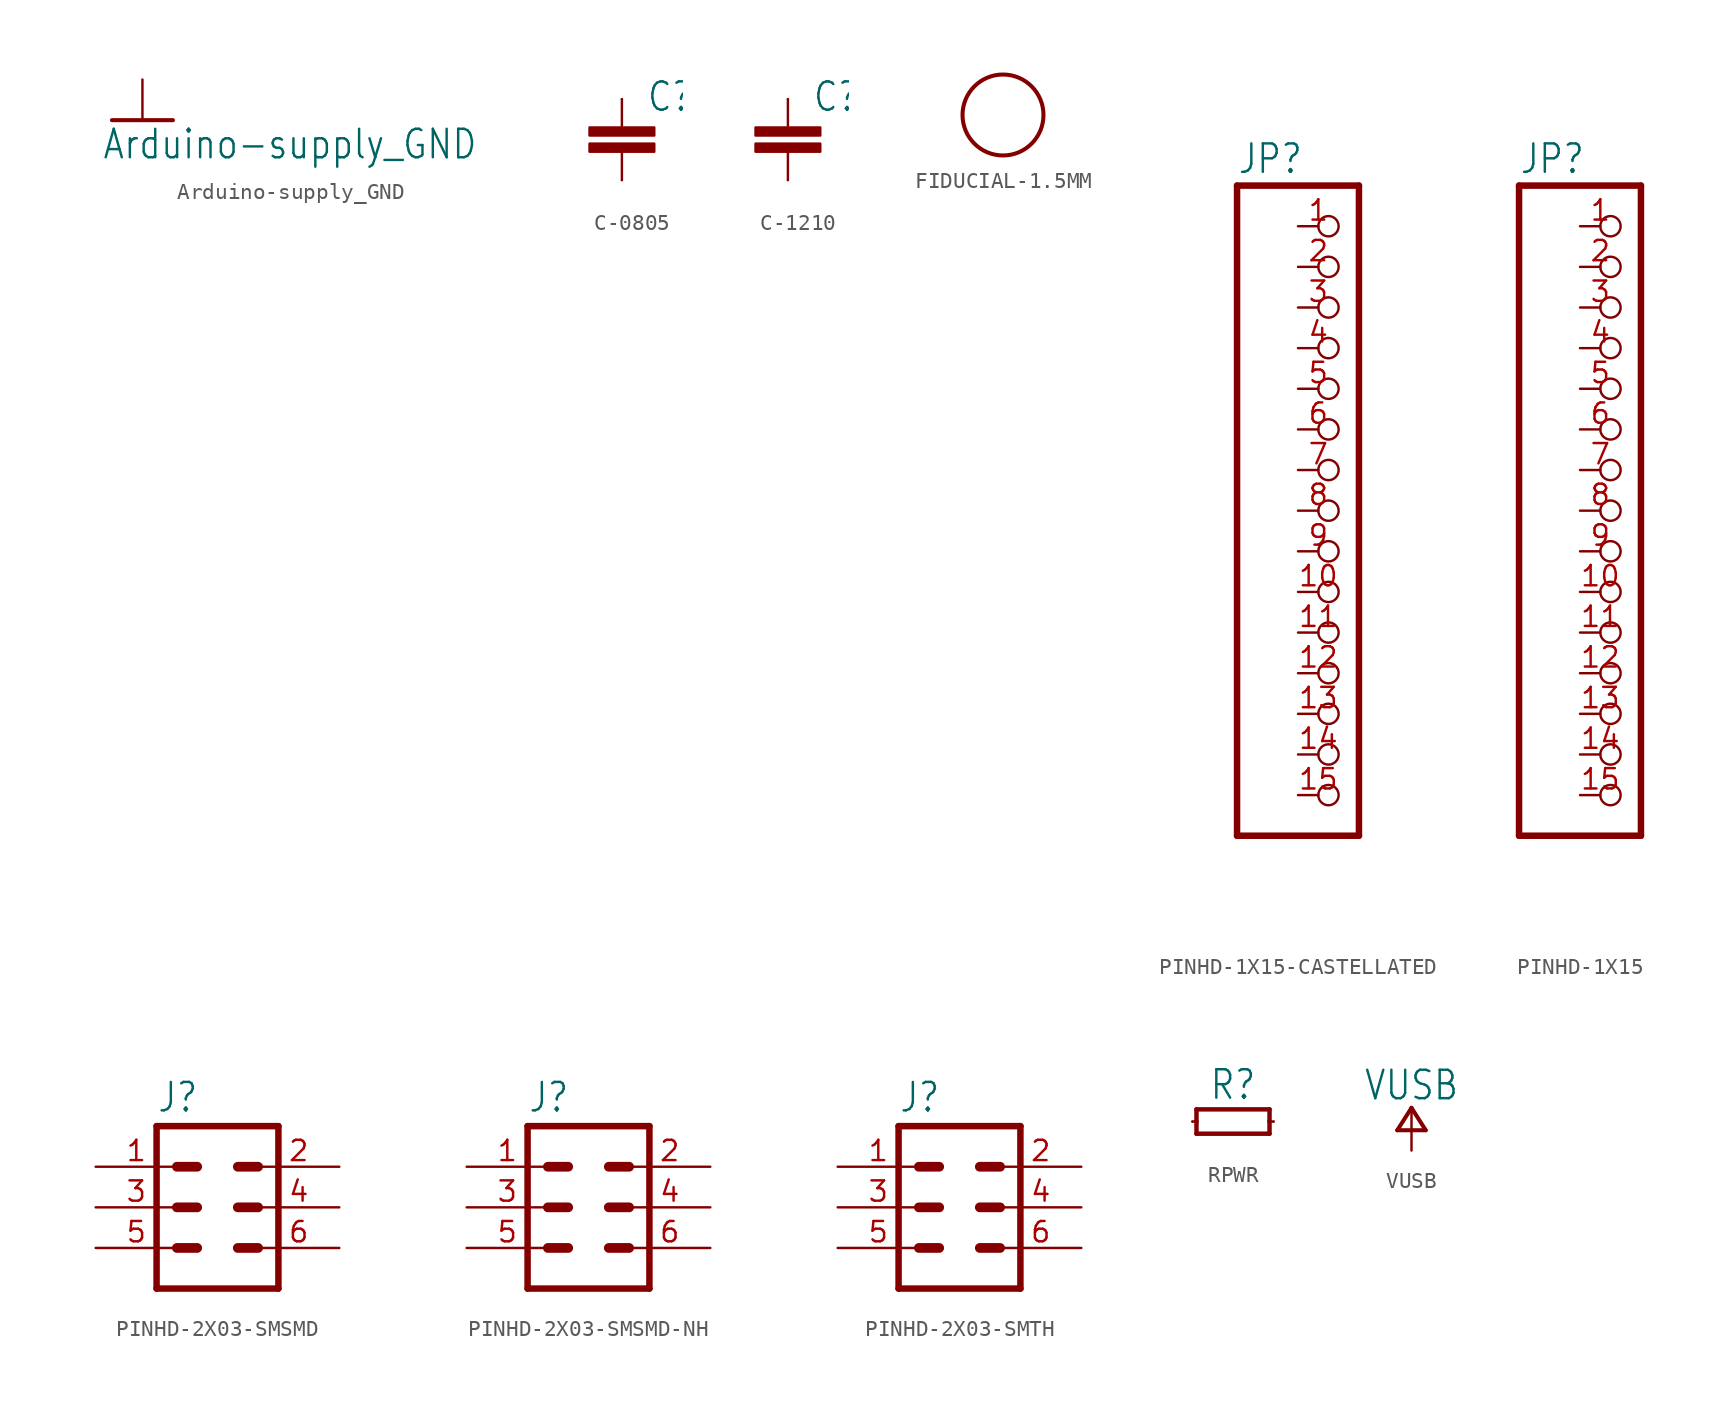
<source format=kicad_sym>
(kicad_symbol_lib
  (version 20220914)
  (generator kicad_symbol_editor)
  (symbol "Arduino-supply_GND"
    (power)
    (property "Reference" "#GND"
      (at 0 0 0)
      (effects (font (size 1.27 1.27)) hide))
    (property "Value" "Arduino-supply_GND"
      (at -2.54 -2.54 0)
      (effects (font (size 1.778 1.511)) (justify left bottom)))
    (property "ki_locked" ""
      (at 0 0 0)
      (effects (font (size 1.27 1.27))))
    (symbol "Arduino-supply_GND_1_0"
      (polyline (pts (xy -1.905 0) (xy 1.905 0)) (stroke (width 0.254) (type solid)) (fill (type none)))
      (pin power_in line (at 0 2.54 270) (length 2.54) (name "GND" (effects (font (size 0 0)))) (number "1" (effects (font (size 0 0)))))))
  (symbol "C-0805"
    (property "Reference" "C"
      (at 1.524 1.651 0)
      (effects (font (size 1.778 1.511)) (justify left bottom)))
    (property "Value" ""
      (at 1.524 -3.429 0)
      (effects (font (size 1.778 1.511)) (justify left bottom)))
    (property "ki_locked" ""
      (at 0 0 0)
      (effects (font (size 1.27 1.27))))
    (symbol "C-0805_1_0"
      (rectangle (start -2.032 -0.762) (end 2.032 -0.254) (stroke (width 0) (type default)) (fill (type outline)))
      (rectangle (start -2.032 0.254) (end 2.032 0.762) (stroke (width 0) (type default)) (fill (type outline)))
      (polyline (pts (xy 0 -2.54) (xy 0 -0.762)) (stroke (width 0.152) (type solid)) (fill (type none)))
      (polyline (pts (xy 0 2.54) (xy 0 0.762)) (stroke (width 0.152) (type solid)) (fill (type none)))
      (pin passive line (at 0 2.54 270) (length 0) (name "1" (effects (font (size 0 0)))) (number "1" (effects (font (size 0 0)))))
      (pin passive line (at 0 -2.54 90) (length 0) (name "2" (effects (font (size 0 0)))) (number "2" (effects (font (size 0 0)))))))
  (symbol "C-1210"
    (property "Reference" "C"
      (at 1.524 1.651 0)
      (effects (font (size 1.778 1.511)) (justify left bottom)))
    (property "Value" ""
      (at 1.524 -3.429 0)
      (effects (font (size 1.778 1.511)) (justify left bottom)))
    (property "ki_locked" ""
      (at 0 0 0)
      (effects (font (size 1.27 1.27))))
    (symbol "C-1210_1_0"
      (rectangle (start -2.032 -0.762) (end 2.032 -0.254) (stroke (width 0) (type default)) (fill (type outline)))
      (rectangle (start -2.032 0.254) (end 2.032 0.762) (stroke (width 0) (type default)) (fill (type outline)))
      (polyline (pts (xy 0 -2.54) (xy 0 -0.762)) (stroke (width 0.152) (type solid)) (fill (type none)))
      (polyline (pts (xy 0 2.54) (xy 0 0.762)) (stroke (width 0.152) (type solid)) (fill (type none)))
      (pin passive line (at 0 2.54 270) (length 0) (name "1" (effects (font (size 0 0)))) (number "1" (effects (font (size 0 0)))))
      (pin passive line (at 0 -2.54 90) (length 0) (name "2" (effects (font (size 0 0)))) (number "2" (effects (font (size 0 0)))))))
  (symbol "FIDUCIAL-1.5MM"
    (property "Reference" "FD"
      (at 0 0 0)
      (effects (font (size 1.27 1.27)) hide))
    (property "ki_locked" ""
      (at 0 0 0)
      (effects (font (size 1.27 1.27))))
    (symbol "FIDUCIAL-1.5MM_1_0"
      (circle (center 0 0) (radius 2.54) (stroke (width 0.254) (type solid)) (fill (type none)))))
  (symbol "PINHD-1X15-CASTELLATED"
    (property "Reference" "JP"
      (at -6.35 20.955 0)
      (effects (font (size 1.778 1.511)) (justify left bottom)))
    (property "Value" ""
      (at -6.35 -22.86 0)
      (effects (font (size 1.778 1.511)) (justify left bottom)))
    (property "ki_locked" ""
      (at 0 0 0)
      (effects (font (size 1.27 1.27))))
    (symbol "PINHD-1X15-CASTELLATED_1_0"
      (polyline (pts (xy -6.35 -20.32) (xy 1.27 -20.32)) (stroke (width 0.406) (type solid)) (fill (type none)))
      (polyline (pts (xy -6.35 20.32) (xy -6.35 -20.32)) (stroke (width 0.406) (type solid)) (fill (type none)))
      (polyline (pts (xy 1.27 -20.32) (xy 1.27 20.32)) (stroke (width 0.406) (type solid)) (fill (type none)))
      (polyline (pts (xy 1.27 20.32) (xy -6.35 20.32)) (stroke (width 0.406) (type solid)) (fill (type none)))
      (pin passive inverted (at -2.54 17.78 0) (length 2.54) (name "1" (effects (font (size 0 0)))) (number "1" (effects (font (size 1.27 1.27)))))
      (pin passive inverted (at -2.54 -5.08 0) (length 2.54) (name "10" (effects (font (size 0 0)))) (number "10" (effects (font (size 1.27 1.27)))))
      (pin passive inverted (at -2.54 -7.62 0) (length 2.54) (name "11" (effects (font (size 0 0)))) (number "11" (effects (font (size 1.27 1.27)))))
      (pin passive inverted (at -2.54 -10.16 0) (length 2.54) (name "12" (effects (font (size 0 0)))) (number "12" (effects (font (size 1.27 1.27)))))
      (pin passive inverted (at -2.54 -12.7 0) (length 2.54) (name "13" (effects (font (size 0 0)))) (number "13" (effects (font (size 1.27 1.27)))))
      (pin passive inverted (at -2.54 -15.24 0) (length 2.54) (name "14" (effects (font (size 0 0)))) (number "14" (effects (font (size 1.27 1.27)))))
      (pin passive inverted (at -2.54 -17.78 0) (length 2.54) (name "15" (effects (font (size 0 0)))) (number "15" (effects (font (size 1.27 1.27)))))
      (pin passive inverted (at -2.54 15.24 0) (length 2.54) (name "2" (effects (font (size 0 0)))) (number "2" (effects (font (size 1.27 1.27)))))
      (pin passive inverted (at -2.54 12.7 0) (length 2.54) (name "3" (effects (font (size 0 0)))) (number "3" (effects (font (size 1.27 1.27)))))
      (pin passive inverted (at -2.54 10.16 0) (length 2.54) (name "4" (effects (font (size 0 0)))) (number "4" (effects (font (size 1.27 1.27)))))
      (pin passive inverted (at -2.54 7.62 0) (length 2.54) (name "5" (effects (font (size 0 0)))) (number "5" (effects (font (size 1.27 1.27)))))
      (pin passive inverted (at -2.54 5.08 0) (length 2.54) (name "6" (effects (font (size 0 0)))) (number "6" (effects (font (size 1.27 1.27)))))
      (pin passive inverted (at -2.54 2.54 0) (length 2.54) (name "7" (effects (font (size 0 0)))) (number "7" (effects (font (size 1.27 1.27)))))
      (pin passive inverted (at -2.54 0 0) (length 2.54) (name "8" (effects (font (size 0 0)))) (number "8" (effects (font (size 1.27 1.27)))))
      (pin passive inverted (at -2.54 -2.54 0) (length 2.54) (name "9" (effects (font (size 0 0)))) (number "9" (effects (font (size 1.27 1.27)))))))
  (symbol "PINHD-1X15"
    (property "Reference" "JP"
      (at -6.35 20.955 0)
      (effects (font (size 1.778 1.511)) (justify left bottom)))
    (property "Value" ""
      (at -6.35 -22.86 0)
      (effects (font (size 1.778 1.511)) (justify left bottom)))
    (property "ki_locked" ""
      (at 0 0 0)
      (effects (font (size 1.27 1.27))))
    (symbol "PINHD-1X15_1_0"
      (polyline (pts (xy -6.35 -20.32) (xy 1.27 -20.32)) (stroke (width 0.406) (type solid)) (fill (type none)))
      (polyline (pts (xy -6.35 20.32) (xy -6.35 -20.32)) (stroke (width 0.406) (type solid)) (fill (type none)))
      (polyline (pts (xy 1.27 -20.32) (xy 1.27 20.32)) (stroke (width 0.406) (type solid)) (fill (type none)))
      (polyline (pts (xy 1.27 20.32) (xy -6.35 20.32)) (stroke (width 0.406) (type solid)) (fill (type none)))
      (pin passive inverted (at -2.54 17.78 0) (length 2.54) (name "1" (effects (font (size 0 0)))) (number "1" (effects (font (size 1.27 1.27)))))
      (pin passive inverted (at -2.54 -5.08 0) (length 2.54) (name "10" (effects (font (size 0 0)))) (number "10" (effects (font (size 1.27 1.27)))))
      (pin passive inverted (at -2.54 -7.62 0) (length 2.54) (name "11" (effects (font (size 0 0)))) (number "11" (effects (font (size 1.27 1.27)))))
      (pin passive inverted (at -2.54 -10.16 0) (length 2.54) (name "12" (effects (font (size 0 0)))) (number "12" (effects (font (size 1.27 1.27)))))
      (pin passive inverted (at -2.54 -12.7 0) (length 2.54) (name "13" (effects (font (size 0 0)))) (number "13" (effects (font (size 1.27 1.27)))))
      (pin passive inverted (at -2.54 -15.24 0) (length 2.54) (name "14" (effects (font (size 0 0)))) (number "14" (effects (font (size 1.27 1.27)))))
      (pin passive inverted (at -2.54 -17.78 0) (length 2.54) (name "15" (effects (font (size 0 0)))) (number "15" (effects (font (size 1.27 1.27)))))
      (pin passive inverted (at -2.54 15.24 0) (length 2.54) (name "2" (effects (font (size 0 0)))) (number "2" (effects (font (size 1.27 1.27)))))
      (pin passive inverted (at -2.54 12.7 0) (length 2.54) (name "3" (effects (font (size 0 0)))) (number "3" (effects (font (size 1.27 1.27)))))
      (pin passive inverted (at -2.54 10.16 0) (length 2.54) (name "4" (effects (font (size 0 0)))) (number "4" (effects (font (size 1.27 1.27)))))
      (pin passive inverted (at -2.54 7.62 0) (length 2.54) (name "5" (effects (font (size 0 0)))) (number "5" (effects (font (size 1.27 1.27)))))
      (pin passive inverted (at -2.54 5.08 0) (length 2.54) (name "6" (effects (font (size 0 0)))) (number "6" (effects (font (size 1.27 1.27)))))
      (pin passive inverted (at -2.54 2.54 0) (length 2.54) (name "7" (effects (font (size 0 0)))) (number "7" (effects (font (size 1.27 1.27)))))
      (pin passive inverted (at -2.54 0 0) (length 2.54) (name "8" (effects (font (size 0 0)))) (number "8" (effects (font (size 1.27 1.27)))))
      (pin passive inverted (at -2.54 -2.54 0) (length 2.54) (name "9" (effects (font (size 0 0)))) (number "9" (effects (font (size 1.27 1.27)))))))
  (symbol "PINHD-2X03-SMSMD"
    (property "Reference" "J"
      (at -3.81 5.842 0)
      (effects (font (size 1.778 1.511)) (justify left bottom)))
    (property "ki_locked" ""
      (at 0 0 0)
      (effects (font (size 1.27 1.27))))
    (symbol "PINHD-2X03-SMSMD_1_0"
      (polyline (pts (xy -3.81 5.08) (xy -3.81 -5.08)) (stroke (width 0.406) (type solid)) (fill (type none)))
      (polyline (pts (xy -3.81 5.08) (xy 3.81 5.08)) (stroke (width 0.406) (type solid)) (fill (type none)))
      (polyline (pts (xy -2.54 -2.54) (xy -1.27 -2.54)) (stroke (width 0.61) (type solid)) (fill (type none)))
      (polyline (pts (xy -2.54 0) (xy -1.27 0)) (stroke (width 0.61) (type solid)) (fill (type none)))
      (polyline (pts (xy -2.54 2.54) (xy -1.27 2.54)) (stroke (width 0.61) (type solid)) (fill (type none)))
      (polyline (pts (xy 1.27 -2.54) (xy 2.54 -2.54)) (stroke (width 0.61) (type solid)) (fill (type none)))
      (polyline (pts (xy 1.27 0) (xy 2.54 0)) (stroke (width 0.61) (type solid)) (fill (type none)))
      (polyline (pts (xy 1.27 2.54) (xy 2.54 2.54)) (stroke (width 0.61) (type solid)) (fill (type none)))
      (polyline (pts (xy 3.81 -5.08) (xy -3.81 -5.08)) (stroke (width 0.406) (type solid)) (fill (type none)))
      (polyline (pts (xy 3.81 -5.08) (xy 3.81 5.08)) (stroke (width 0.406) (type solid)) (fill (type none)))
      (pin passive line (at -7.62 2.54 0) (length 5.08) (name "1" (effects (font (size 0 0)))) (number "1" (effects (font (size 1.27 1.27)))))
      (pin passive line (at 7.62 2.54 180) (length 5.08) (name "2" (effects (font (size 0 0)))) (number "2" (effects (font (size 1.27 1.27)))))
      (pin passive line (at -7.62 0 0) (length 5.08) (name "3" (effects (font (size 0 0)))) (number "3" (effects (font (size 1.27 1.27)))))
      (pin passive line (at 7.62 0 180) (length 5.08) (name "4" (effects (font (size 0 0)))) (number "4" (effects (font (size 1.27 1.27)))))
      (pin passive line (at -7.62 -2.54 0) (length 5.08) (name "5" (effects (font (size 0 0)))) (number "5" (effects (font (size 1.27 1.27)))))
      (pin passive line (at 7.62 -2.54 180) (length 5.08) (name "6" (effects (font (size 0 0)))) (number "6" (effects (font (size 1.27 1.27)))))))
  (symbol "PINHD-2X03-SMSMD-NH"
    (property "Reference" "J"
      (at -3.81 5.842 0)
      (effects (font (size 1.778 1.511)) (justify left bottom)))
    (property "ki_locked" ""
      (at 0 0 0)
      (effects (font (size 1.27 1.27))))
    (symbol "PINHD-2X03-SMSMD-NH_1_0"
      (polyline (pts (xy -3.81 5.08) (xy -3.81 -5.08)) (stroke (width 0.406) (type solid)) (fill (type none)))
      (polyline (pts (xy -3.81 5.08) (xy 3.81 5.08)) (stroke (width 0.406) (type solid)) (fill (type none)))
      (polyline (pts (xy -2.54 -2.54) (xy -1.27 -2.54)) (stroke (width 0.61) (type solid)) (fill (type none)))
      (polyline (pts (xy -2.54 0) (xy -1.27 0)) (stroke (width 0.61) (type solid)) (fill (type none)))
      (polyline (pts (xy -2.54 2.54) (xy -1.27 2.54)) (stroke (width 0.61) (type solid)) (fill (type none)))
      (polyline (pts (xy 1.27 -2.54) (xy 2.54 -2.54)) (stroke (width 0.61) (type solid)) (fill (type none)))
      (polyline (pts (xy 1.27 0) (xy 2.54 0)) (stroke (width 0.61) (type solid)) (fill (type none)))
      (polyline (pts (xy 1.27 2.54) (xy 2.54 2.54)) (stroke (width 0.61) (type solid)) (fill (type none)))
      (polyline (pts (xy 3.81 -5.08) (xy -3.81 -5.08)) (stroke (width 0.406) (type solid)) (fill (type none)))
      (polyline (pts (xy 3.81 -5.08) (xy 3.81 5.08)) (stroke (width 0.406) (type solid)) (fill (type none)))
      (pin passive line (at -7.62 2.54 0) (length 5.08) (name "1" (effects (font (size 0 0)))) (number "1" (effects (font (size 1.27 1.27)))))
      (pin passive line (at 7.62 2.54 180) (length 5.08) (name "2" (effects (font (size 0 0)))) (number "2" (effects (font (size 1.27 1.27)))))
      (pin passive line (at -7.62 0 0) (length 5.08) (name "3" (effects (font (size 0 0)))) (number "3" (effects (font (size 1.27 1.27)))))
      (pin passive line (at 7.62 0 180) (length 5.08) (name "4" (effects (font (size 0 0)))) (number "4" (effects (font (size 1.27 1.27)))))
      (pin passive line (at -7.62 -2.54 0) (length 5.08) (name "5" (effects (font (size 0 0)))) (number "5" (effects (font (size 1.27 1.27)))))
      (pin passive line (at 7.62 -2.54 180) (length 5.08) (name "6" (effects (font (size 0 0)))) (number "6" (effects (font (size 1.27 1.27)))))))
  (symbol "PINHD-2X03-SMTH"
    (property "Reference" "J"
      (at -3.81 5.842 0)
      (effects (font (size 1.778 1.511)) (justify left bottom)))
    (property "ki_locked" ""
      (at 0 0 0)
      (effects (font (size 1.27 1.27))))
    (symbol "PINHD-2X03-SMTH_1_0"
      (polyline (pts (xy -3.81 5.08) (xy -3.81 -5.08)) (stroke (width 0.406) (type solid)) (fill (type none)))
      (polyline (pts (xy -3.81 5.08) (xy 3.81 5.08)) (stroke (width 0.406) (type solid)) (fill (type none)))
      (polyline (pts (xy -2.54 -2.54) (xy -1.27 -2.54)) (stroke (width 0.61) (type solid)) (fill (type none)))
      (polyline (pts (xy -2.54 0) (xy -1.27 0)) (stroke (width 0.61) (type solid)) (fill (type none)))
      (polyline (pts (xy -2.54 2.54) (xy -1.27 2.54)) (stroke (width 0.61) (type solid)) (fill (type none)))
      (polyline (pts (xy 1.27 -2.54) (xy 2.54 -2.54)) (stroke (width 0.61) (type solid)) (fill (type none)))
      (polyline (pts (xy 1.27 0) (xy 2.54 0)) (stroke (width 0.61) (type solid)) (fill (type none)))
      (polyline (pts (xy 1.27 2.54) (xy 2.54 2.54)) (stroke (width 0.61) (type solid)) (fill (type none)))
      (polyline (pts (xy 3.81 -5.08) (xy -3.81 -5.08)) (stroke (width 0.406) (type solid)) (fill (type none)))
      (polyline (pts (xy 3.81 -5.08) (xy 3.81 5.08)) (stroke (width 0.406) (type solid)) (fill (type none)))
      (pin passive line (at -7.62 2.54 0) (length 5.08) (name "1" (effects (font (size 0 0)))) (number "1" (effects (font (size 1.27 1.27)))))
      (pin passive line (at 7.62 2.54 180) (length 5.08) (name "2" (effects (font (size 0 0)))) (number "2" (effects (font (size 1.27 1.27)))))
      (pin passive line (at -7.62 0 0) (length 5.08) (name "3" (effects (font (size 0 0)))) (number "3" (effects (font (size 1.27 1.27)))))
      (pin passive line (at 7.62 0 180) (length 5.08) (name "4" (effects (font (size 0 0)))) (number "4" (effects (font (size 1.27 1.27)))))
      (pin passive line (at -7.62 -2.54 0) (length 5.08) (name "5" (effects (font (size 0 0)))) (number "5" (effects (font (size 1.27 1.27)))))
      (pin passive line (at 7.62 -2.54 180) (length 5.08) (name "6" (effects (font (size 0 0)))) (number "6" (effects (font (size 1.27 1.27)))))))
  (symbol "RPWR"
    (property "Reference" "R"
      (at 0 1.27 0)
      (effects (font (size 1.778 1.511)) (justify bottom)))
    (property "Value" ""
      (at 0 -1.27 0)
      (effects (font (size 1.778 1.511)) (justify top)))
    (property "ki_locked" ""
      (at 0 0 0)
      (effects (font (size 1.27 1.27))))
    (symbol "RPWR_1_0"
      (polyline (pts (xy -2.54 0) (xy -2.286 0)) (stroke (width 0.152) (type solid)) (fill (type none)))
      (polyline (pts (xy -2.286 -0.762) (xy -2.286 0)) (stroke (width 0.279) (type solid)) (fill (type none)))
      (polyline (pts (xy -2.286 -0.762) (xy 2.286 -0.762)) (stroke (width 0.279) (type solid)) (fill (type none)))
      (polyline (pts (xy -2.286 0) (xy -2.286 0.762)) (stroke (width 0.279) (type solid)) (fill (type none)))
      (polyline (pts (xy -2.286 0.762) (xy 2.286 0.762)) (stroke (width 0.279) (type solid)) (fill (type none)))
      (polyline (pts (xy 2.286 0) (xy 2.286 -0.762)) (stroke (width 0.279) (type solid)) (fill (type none)))
      (polyline (pts (xy 2.286 0) (xy 2.54 0)) (stroke (width 0.152) (type solid)) (fill (type none)))
      (polyline (pts (xy 2.286 0.762) (xy 2.286 0)) (stroke (width 0.279) (type solid)) (fill (type none)))
      (pin passive line (at -2.54 0 0) (length 0) (name "1" (effects (font (size 0 0)))) (number "1" (effects (font (size 0 0)))))
      (pin passive line (at 2.54 0 180) (length 0) (name "2" (effects (font (size 0 0)))) (number "2" (effects (font (size 0 0)))))))
  (symbol "VUSB"
    (power)
    (property "Reference" "#V"
      (at 0 0 0)
      (effects (font (size 1.27 1.27)) hide))
    (property "Value" "VUSB"
      (at 0 0.508 0)
      (effects (font (size 1.778 1.511)) (justify bottom)))
    (property "ki_locked" ""
      (at 0 0 0)
      (effects (font (size 1.27 1.27))))
    (symbol "VUSB_1_0"
      (polyline (pts (xy -0.889 -1.27) (xy 0.889 -1.27)) (stroke (width 0.254) (type solid)) (fill (type none)))
      (polyline (pts (xy 0 0.127) (xy -0.889 -1.27)) (stroke (width 0.254) (type solid)) (fill (type none)))
      (polyline (pts (xy 0.889 -1.27) (xy 0 0.127)) (stroke (width 0.254) (type solid)) (fill (type none)))
      (pin power_in line (at 0 -2.54 90) (length 2.54) (name "VUSB" (effects (font (size 0 0)))) (number "1" (effects (font (size 0 0))))))))
</source>
